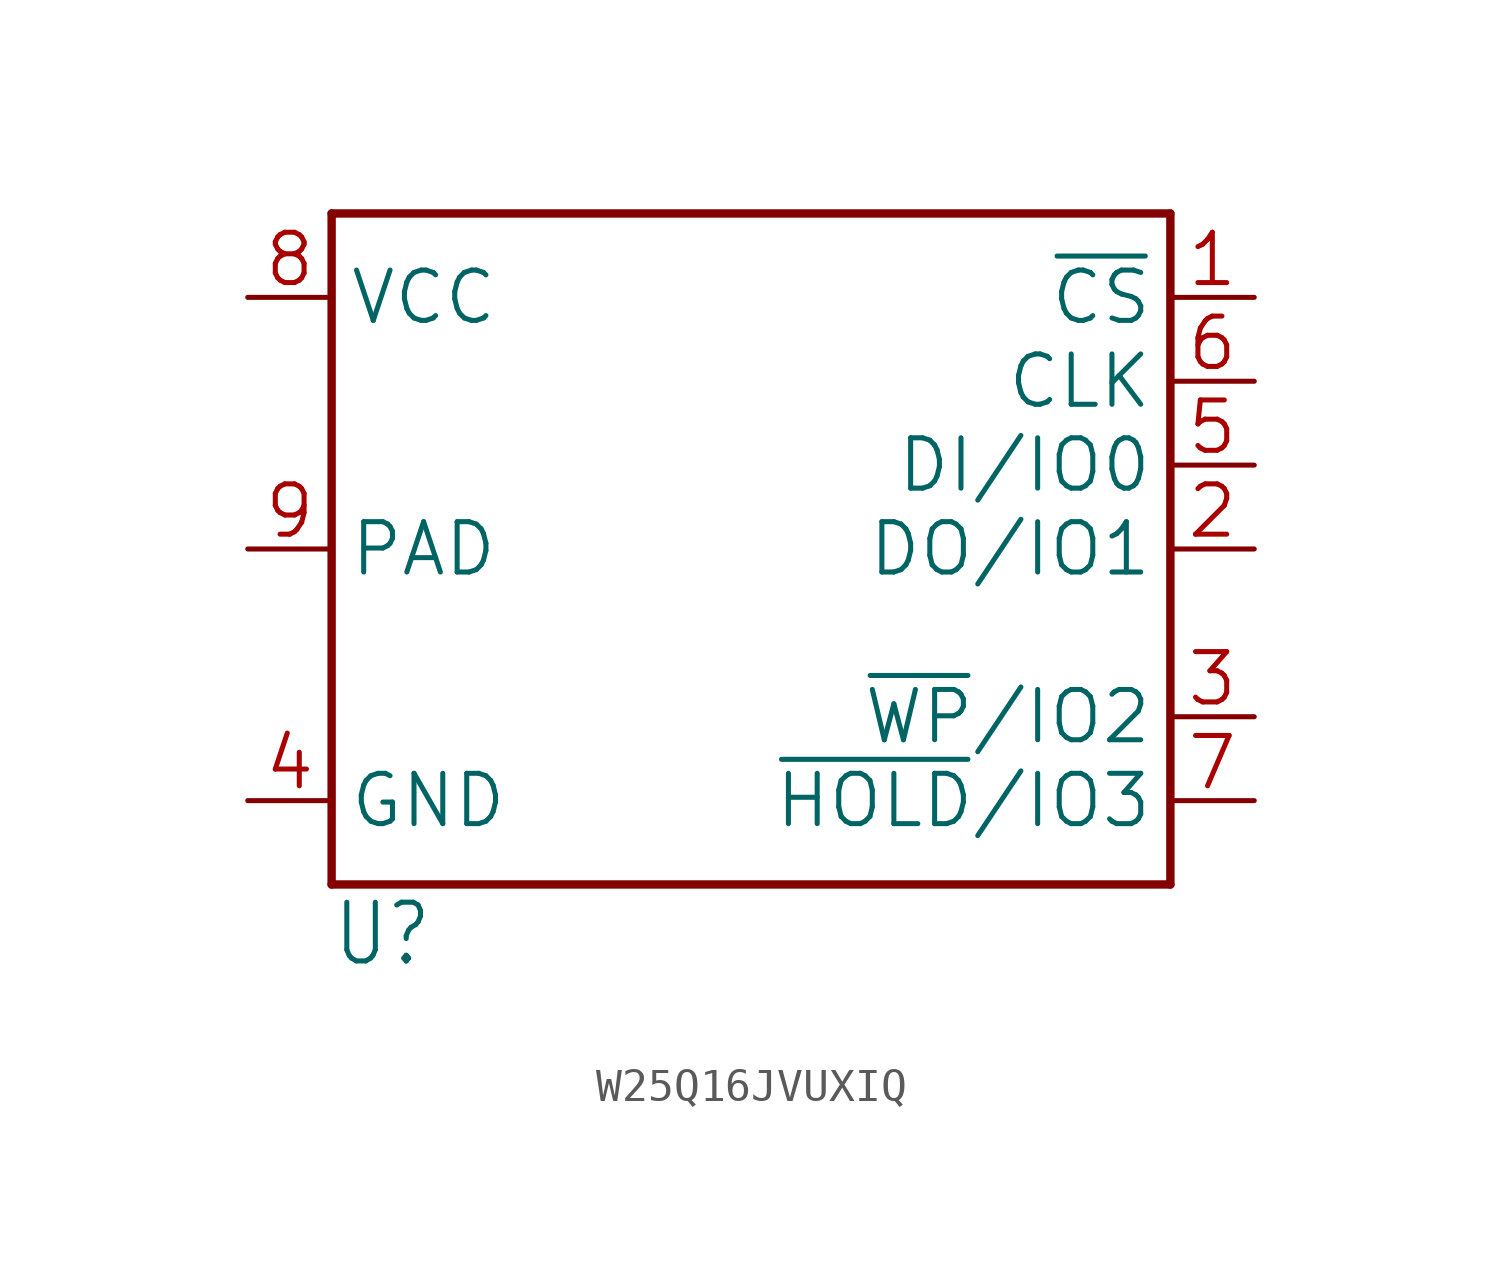
<source format=kicad_sym>
(kicad_symbol_lib
  (version 20241209)
  (generator "kicad_symbol_editor")
  (generator_version "9.0")
  (symbol "W25Q16JVUXIQ"
    (property "Reference" "U"
      (at -12.7 -12.7 0)
      (effects (font (size 1.778 1.511)) (justify left bottom)))
    (property "Value" ""
      (at -2.54 -12.7 0)
      (effects (font (size 1.778 1.511)) (justify left bottom)))
    (property "ki_locked" ""
      (at 0 0 0)
      (effects (font (size 1.27 1.27))))
    (symbol "W25Q16JVUXIQ_1_0"
      (polyline (pts (xy -12.7 10.16) (xy 12.7 10.16)) (stroke (width 0.254) (type solid)) (fill (type none)))
      (polyline (pts (xy -12.7 -10.16) (xy -12.7 10.16)) (stroke (width 0.254) (type solid)) (fill (type none)))
      (polyline (pts (xy 12.7 10.16) (xy 12.7 -10.16)) (stroke (width 0.254) (type solid)) (fill (type none)))
      (polyline (pts (xy 12.7 -10.16) (xy -12.7 -10.16)) (stroke (width 0.254) (type solid)) (fill (type none)))
      (pin bidirectional line (at -15.24 7.62 0) (length 2.54) (name "VCC" (effects (font (size 1.524 1.524)))) (number "8" (effects (font (size 1.524 1.524)))))
      (pin bidirectional line (at -15.24 0 0) (length 2.54) (name "PAD" (effects (font (size 1.524 1.524)))) (number "9" (effects (font (size 1.524 1.524)))))
      (pin bidirectional line (at -15.24 -7.62 0) (length 2.54) (name "GND" (effects (font (size 1.524 1.524)))) (number "4" (effects (font (size 1.524 1.524)))))
      (pin input line (at 15.24 7.62 180) (length 2.54) (name "~{CS}" (effects (font (size 1.524 1.524)))) (number "1" (effects (font (size 1.524 1.524)))))
      (pin input line (at 15.24 5.08 180) (length 2.54) (name "CLK" (effects (font (size 1.524 1.524)))) (number "6" (effects (font (size 1.524 1.524)))))
      (pin bidirectional line (at 15.24 2.54 180) (length 2.54) (name "DI/IO0" (effects (font (size 1.524 1.524)))) (number "5" (effects (font (size 1.524 1.524)))))
      (pin bidirectional line (at 15.24 0 180) (length 2.54) (name "DO/IO1" (effects (font (size 1.524 1.524)))) (number "2" (effects (font (size 1.524 1.524)))))
      (pin bidirectional line (at 15.24 -5.08 180) (length 2.54) (name "~{WP}/IO2" (effects (font (size 1.524 1.524)))) (number "3" (effects (font (size 1.524 1.524)))))
      (pin bidirectional line (at 15.24 -7.62 180) (length 2.54) (name "~{HOLD}/IO3" (effects (font (size 1.524 1.524)))) (number "7" (effects (font (size 1.524 1.524))))))))
</source>
